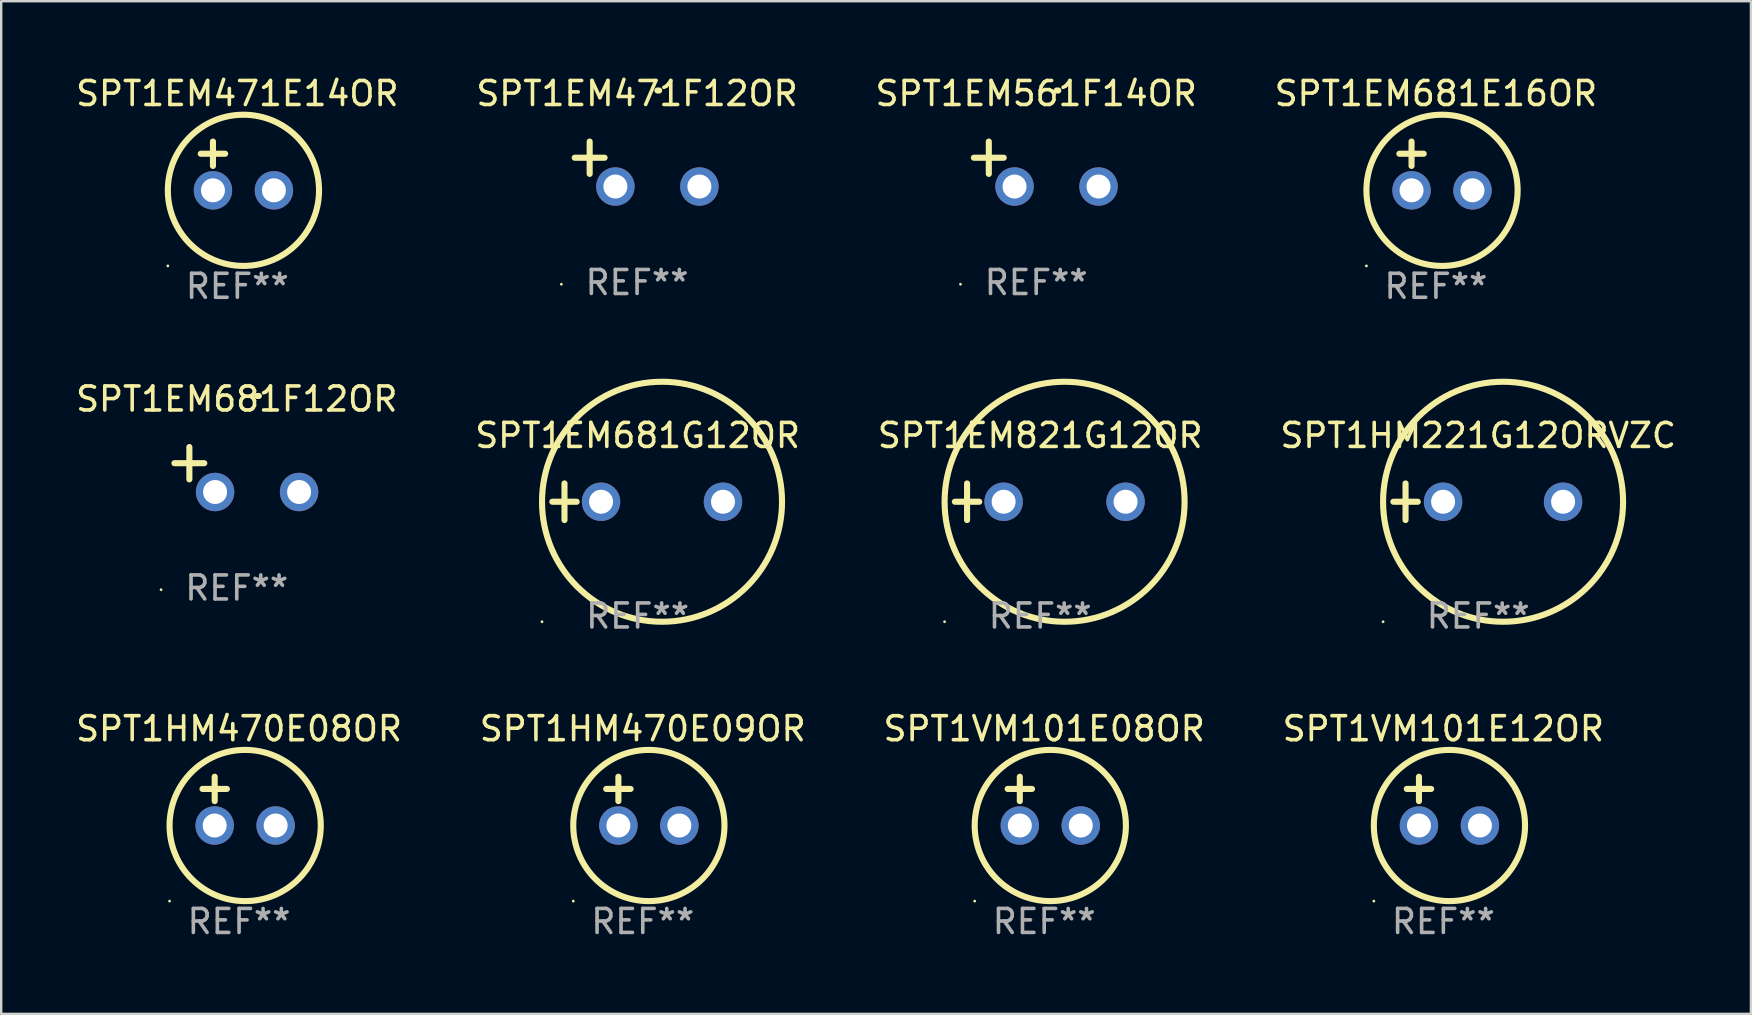
<source format=kicad_pcb>
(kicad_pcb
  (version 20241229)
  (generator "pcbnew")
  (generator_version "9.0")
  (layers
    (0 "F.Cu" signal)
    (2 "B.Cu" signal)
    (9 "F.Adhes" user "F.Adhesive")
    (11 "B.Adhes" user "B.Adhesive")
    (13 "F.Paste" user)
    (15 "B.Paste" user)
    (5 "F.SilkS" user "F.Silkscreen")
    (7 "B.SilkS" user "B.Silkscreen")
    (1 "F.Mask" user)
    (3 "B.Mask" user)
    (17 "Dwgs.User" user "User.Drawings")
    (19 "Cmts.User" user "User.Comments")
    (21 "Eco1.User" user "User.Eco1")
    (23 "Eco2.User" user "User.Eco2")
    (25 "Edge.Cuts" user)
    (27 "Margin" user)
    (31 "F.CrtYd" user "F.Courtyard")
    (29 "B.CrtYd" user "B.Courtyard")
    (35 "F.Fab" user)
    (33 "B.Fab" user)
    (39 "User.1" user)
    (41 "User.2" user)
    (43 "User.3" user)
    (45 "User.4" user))
  (footprint "SPT1VM101E12OR"
    (layer "F.Cu")
    (at 57.089 30.33)
    (property "Reference" "SPT1VM101E12OR" (at 0 -3.016 0) (layer "F.SilkS") (effects (font (size 1 1) (thickness 0.15))))
    (attr through_hole)
    (fp_line (start -1.524 -0.508) (end -0.508 -0.508) (stroke (width 0.254) (type solid)) (layer "F.SilkS"))
    (fp_line (start -1.016 -1.016) (end -1.016 0) (stroke (width 0.254) (type solid)) (layer "F.SilkS"))
    (fp_circle (center -2.896 4.166) (end -2.866 4.166) (stroke (width 0.06) (type solid)) (fill no) (layer "F.SilkS"))
    (fp_circle (center 0.254 1.016) (end 3.404 1.016) (stroke (width 0.254) (type solid)) (fill no) (layer "F.SilkS"))
    (fp_text user "REF**" (at 0 5.016 0) (layer "F.Fab") (effects (font (size 1 1) (thickness 0.15))))
    (pad "1" thru_hole circle (at -1.016 1.016) (size 1.6 1.6) (drill 1) (layers "*.Cu" "*.Mask"))
    (pad "2" thru_hole circle (at 1.524 1.016) (size 1.6 1.6) (drill 1) (layers "*.Cu" "*.Mask")))
  (footprint "SPT1EM681F12OR"
    (layer "F.Cu")
    (at 6.815 16.513)
    (property "Reference" "SPT1EM681F12OR" (at 0 -2.937 0) (layer "F.SilkS") (effects (font (size 1 1) (thickness 0.15))))
    (attr through_hole)
    (fp_line (start -1.975 0.41) (end -1.975 -0.937) (stroke (width 0.254) (type solid)) (layer "F.SilkS"))
    (fp_line (start -1.353 -0.263) (end -2.597 -0.263) (stroke (width 0.254) (type solid)) (layer "F.SilkS"))
    (fp_arc (start 0.849809 -3.063957) (mid 0.885369 -3.064114) (end 0.920929 -3.063957) (stroke (width 0.254001) (type solid)) (layer "F.SilkS"))
    (fp_circle (center -3.154 5.008) (end -3.124 5.008) (stroke (width 0.06) (type solid)) (fill no) (layer "F.SilkS"))
    (fp_text user "REF**" (at 0 4.937 0) (layer "F.Fab") (effects (font (size 1 1) (thickness 0.15))))
    (pad "1" thru_hole circle (at -0.903 0.937) (size 1.6 1.6) (drill 1) (layers "*.Cu" "*.Mask"))
    (pad "2" thru_hole circle (at 2.597 0.937) (size 1.6 1.6) (drill 1) (layers "*.Cu" "*.Mask")))
  (footprint "SPT1VM101E08OR"
    (layer "F.Cu")
    (at 40.458 30.33)
    (property "Reference" "SPT1VM101E08OR" (at 0 -3.016 0) (layer "F.SilkS") (effects (font (size 1 1) (thickness 0.15))))
    (attr through_hole)
    (fp_line (start -1.524 -0.508) (end -0.508 -0.508) (stroke (width 0.254) (type solid)) (layer "F.SilkS"))
    (fp_line (start -1.016 -1.016) (end -1.016 0) (stroke (width 0.254) (type solid)) (layer "F.SilkS"))
    (fp_circle (center -2.896 4.166) (end -2.866 4.166) (stroke (width 0.06) (type solid)) (fill no) (layer "F.SilkS"))
    (fp_circle (center 0.254 1.016) (end 3.404 1.016) (stroke (width 0.254) (type solid)) (fill no) (layer "F.SilkS"))
    (fp_text user "REF**" (at 0 5.016 0) (layer "F.Fab") (effects (font (size 1 1) (thickness 0.15))))
    (pad "1" thru_hole circle (at -1.016 1.016) (size 1.6 1.6) (drill 1) (layers "*.Cu" "*.Mask"))
    (pad "2" thru_hole circle (at 1.524 1.016) (size 1.6 1.6) (drill 1) (layers "*.Cu" "*.Mask")))
  (footprint "SPT1EM681E16OR"
    (layer "F.Cu")
    (at 56.78 3.864)
    (property "Reference" "SPT1EM681E16OR" (at 0 -3.016 0) (layer "F.SilkS") (effects (font (size 1 1) (thickness 0.15))))
    (attr through_hole)
    (fp_line (start -1.524 -0.508) (end -0.508 -0.508) (stroke (width 0.254) (type solid)) (layer "F.SilkS"))
    (fp_line (start -1.016 -1.016) (end -1.016 0) (stroke (width 0.254) (type solid)) (layer "F.SilkS"))
    (fp_circle (center -2.896 4.166) (end -2.866 4.166) (stroke (width 0.06) (type solid)) (fill no) (layer "F.SilkS"))
    (fp_circle (center 0.254 1.016) (end 3.404 1.016) (stroke (width 0.254) (type solid)) (fill no) (layer "F.SilkS"))
    (fp_text user "REF**" (at 0 5.016 0) (layer "F.Fab") (effects (font (size 1 1) (thickness 0.15))))
    (pad "1" thru_hole circle (at -1.016 1.016) (size 1.6 1.6) (drill 1) (layers "*.Cu" "*.Mask"))
    (pad "2" thru_hole circle (at 1.524 1.016) (size 1.6 1.6) (drill 1) (layers "*.Cu" "*.Mask")))
  (footprint "SPT1HM221G12ORVZC"
    (layer "F.Cu")
    (at 58.542 17.856)
    (property "Reference" "SPT1HM221G12ORVZC" (at 0 -2.762 0) (layer "F.SilkS") (effects (font (size 1 1) (thickness 0.15))))
    (attr through_hole)
    (fp_line (start -3.536 0) (end -2.52 0) (stroke (width 0.254) (type solid)) (layer "F.SilkS"))
    (fp_line (start -3.028 -0.762) (end -3.028 0.762) (stroke (width 0.254) (type solid)) (layer "F.SilkS"))
    (fp_circle (center -3.964 5) (end -3.934 5) (stroke (width 0.06) (type solid)) (fill no) (layer "F.SilkS"))
    (fp_circle (center 1.036 0) (end 6.036 0) (stroke (width 0.254) (type solid)) (fill no) (layer "F.SilkS"))
    (fp_text user "REF**" (at 0 4.762 0) (layer "F.Fab") (effects (font (size 1 1) (thickness 0.15))))
    (pad "1" thru_hole circle (at -1.464 0) (size 1.6 1.6) (drill 1) (layers "*.Cu" "*.Mask"))
    (pad "2" thru_hole circle (at 3.536 0) (size 1.6 1.6) (drill 1) (layers "*.Cu" "*.Mask")))
  (footprint "SPT1EM561F14OR"
    (layer "F.Cu")
    (at 40.125 3.785)
    (property "Reference" "SPT1EM561F14OR" (at 0 -2.937 0) (layer "F.SilkS") (effects (font (size 1 1) (thickness 0.15))))
    (attr through_hole)
    (fp_line (start -1.975 0.41) (end -1.975 -0.937) (stroke (width 0.254) (type solid)) (layer "F.SilkS"))
    (fp_line (start -1.353 -0.263) (end -2.597 -0.263) (stroke (width 0.254) (type solid)) (layer "F.SilkS"))
    (fp_arc (start 0.849809 -3.063957) (mid 0.885369 -3.064114) (end 0.920929 -3.063957) (stroke (width 0.254001) (type solid)) (layer "F.SilkS"))
    (fp_circle (center -3.154 5.008) (end -3.124 5.008) (stroke (width 0.06) (type solid)) (fill no) (layer "F.SilkS"))
    (fp_text user "REF**" (at 0 4.937 0) (layer "F.Fab") (effects (font (size 1 1) (thickness 0.15))))
    (pad "1" thru_hole circle (at -0.903 0.937) (size 1.6 1.6) (drill 1) (layers "*.Cu" "*.Mask"))
    (pad "2" thru_hole circle (at 2.597 0.937) (size 1.6 1.6) (drill 1) (layers "*.Cu" "*.Mask")))
  (footprint "SPT1EM471F12OR"
    (layer "F.Cu")
    (at 23.494 3.785)
    (property "Reference" "SPT1EM471F12OR" (at 0 -2.937 0) (layer "F.SilkS") (effects (font (size 1 1) (thickness 0.15))))
    (attr through_hole)
    (fp_line (start -1.975 0.41) (end -1.975 -0.937) (stroke (width 0.254) (type solid)) (layer "F.SilkS"))
    (fp_line (start -1.353 -0.263) (end -2.597 -0.263) (stroke (width 0.254) (type solid)) (layer "F.SilkS"))
    (fp_arc (start 0.849809 -3.063957) (mid 0.885369 -3.064114) (end 0.920929 -3.063957) (stroke (width 0.254001) (type solid)) (layer "F.SilkS"))
    (fp_circle (center -3.154 5.008) (end -3.124 5.008) (stroke (width 0.06) (type solid)) (fill no) (layer "F.SilkS"))
    (fp_text user "REF**" (at 0 4.937 0) (layer "F.Fab") (effects (font (size 1 1) (thickness 0.15))))
    (pad "1" thru_hole circle (at -0.903 0.937) (size 1.6 1.6) (drill 1) (layers "*.Cu" "*.Mask"))
    (pad "2" thru_hole circle (at 2.597 0.937) (size 1.6 1.6) (drill 1) (layers "*.Cu" "*.Mask")))
  (footprint "SPT1EM821G12OR"
    (layer "F.Cu")
    (at 40.292 17.856)
    (property "Reference" "SPT1EM821G12OR" (at 0 -2.762 0) (layer "F.SilkS") (effects (font (size 1 1) (thickness 0.15))))
    (attr through_hole)
    (fp_line (start -3.556 0) (end -2.54 0) (stroke (width 0.254) (type solid)) (layer "F.SilkS"))
    (fp_line (start -3.048 -0.762) (end -3.048 0.762) (stroke (width 0.254) (type solid)) (layer "F.SilkS"))
    (fp_circle (center -3.984 5) (end -3.954 5) (stroke (width 0.06) (type solid)) (fill no) (layer "F.SilkS"))
    (fp_circle (center 1.016 0) (end 6.016 0) (stroke (width 0.254) (type solid)) (fill no) (layer "F.SilkS"))
    (fp_text user "REF**" (at 0 4.762 0) (layer "F.Fab") (effects (font (size 1 1) (thickness 0.15))))
    (pad "1" thru_hole circle (at -1.524 0) (size 1.6 1.6) (drill 1) (layers "*.Cu" "*.Mask"))
    (pad "2" thru_hole circle (at 3.556 0) (size 1.6 1.6) (drill 1) (layers "*.Cu" "*.Mask")))
  (footprint "SPT1EM471E14OR"
    (layer "F.Cu")
    (at 6.839 3.864)
    (property "Reference" "SPT1EM471E14OR" (at 0 -3.016 0) (layer "F.SilkS") (effects (font (size 1 1) (thickness 0.15))))
    (attr through_hole)
    (fp_line (start -1.524 -0.508) (end -0.508 -0.508) (stroke (width 0.254) (type solid)) (layer "F.SilkS"))
    (fp_line (start -1.016 -1.016) (end -1.016 0) (stroke (width 0.254) (type solid)) (layer "F.SilkS"))
    (fp_circle (center -2.896 4.166) (end -2.866 4.166) (stroke (width 0.06) (type solid)) (fill no) (layer "F.SilkS"))
    (fp_circle (center 0.254 1.016) (end 3.404 1.016) (stroke (width 0.254) (type solid)) (fill no) (layer "F.SilkS"))
    (fp_text user "REF**" (at 0 5.016 0) (layer "F.Fab") (effects (font (size 1 1) (thickness 0.15))))
    (pad "1" thru_hole circle (at -1.016 1.016) (size 1.6 1.6) (drill 1) (layers "*.Cu" "*.Mask"))
    (pad "2" thru_hole circle (at 1.524 1.016) (size 1.6 1.6) (drill 1) (layers "*.Cu" "*.Mask")))
  (footprint "SPT1EM681G12OR"
    (layer "F.Cu")
    (at 23.518 17.856)
    (property "Reference" "SPT1EM681G12OR" (at 0 -2.762 0) (layer "F.SilkS") (effects (font (size 1 1) (thickness 0.15))))
    (attr through_hole)
    (fp_line (start -3.556 0) (end -2.54 0) (stroke (width 0.254) (type solid)) (layer "F.SilkS"))
    (fp_line (start -3.048 -0.762) (end -3.048 0.762) (stroke (width 0.254) (type solid)) (layer "F.SilkS"))
    (fp_circle (center -3.984 5) (end -3.954 5) (stroke (width 0.06) (type solid)) (fill no) (layer "F.SilkS"))
    (fp_circle (center 1.016 0) (end 6.016 0) (stroke (width 0.254) (type solid)) (fill no) (layer "F.SilkS"))
    (fp_text user "REF**" (at 0 4.762 0) (layer "F.Fab") (effects (font (size 1 1) (thickness 0.15))))
    (pad "1" thru_hole circle (at -1.524 0) (size 1.6 1.6) (drill 1) (layers "*.Cu" "*.Mask"))
    (pad "2" thru_hole circle (at 3.556 0) (size 1.6 1.6) (drill 1) (layers "*.Cu" "*.Mask")))
  (footprint "SPT1HM470E09OR"
    (layer "F.Cu")
    (at 23.732 30.33)
    (property "Reference" "SPT1HM470E09OR" (at 0 -3.016 0) (layer "F.SilkS") (effects (font (size 1 1) (thickness 0.15))))
    (attr through_hole)
    (fp_line (start -1.524 -0.508) (end -0.508 -0.508) (stroke (width 0.254) (type solid)) (layer "F.SilkS"))
    (fp_line (start -1.016 -1.016) (end -1.016 0) (stroke (width 0.254) (type solid)) (layer "F.SilkS"))
    (fp_circle (center -2.896 4.166) (end -2.866 4.166) (stroke (width 0.06) (type solid)) (fill no) (layer "F.SilkS"))
    (fp_circle (center 0.254 1.016) (end 3.404 1.016) (stroke (width 0.254) (type solid)) (fill no) (layer "F.SilkS"))
    (fp_text user "REF**" (at 0 5.016 0) (layer "F.Fab") (effects (font (size 1 1) (thickness 0.15))))
    (pad "1" thru_hole circle (at -1.016 1.016) (size 1.6 1.6) (drill 1) (layers "*.Cu" "*.Mask"))
    (pad "2" thru_hole circle (at 1.524 1.016) (size 1.6 1.6) (drill 1) (layers "*.Cu" "*.Mask")))
  (footprint "SPT1HM470E08OR"
    (layer "F.Cu")
    (at 6.911 30.33)
    (property "Reference" "SPT1HM470E08OR" (at 0 -3.016 0) (layer "F.SilkS") (effects (font (size 1 1) (thickness 0.15))))
    (attr through_hole)
    (fp_line (start -1.524 -0.508) (end -0.508 -0.508) (stroke (width 0.254) (type solid)) (layer "F.SilkS"))
    (fp_line (start -1.016 -1.016) (end -1.016 0) (stroke (width 0.254) (type solid)) (layer "F.SilkS"))
    (fp_circle (center -2.896 4.166) (end -2.866 4.166) (stroke (width 0.06) (type solid)) (fill no) (layer "F.SilkS"))
    (fp_circle (center 0.254 1.016) (end 3.404 1.016) (stroke (width 0.254) (type solid)) (fill no) (layer "F.SilkS"))
    (fp_text user "REF**" (at 0 5.016 0) (layer "F.Fab") (effects (font (size 1 1) (thickness 0.15))))
    (pad "1" thru_hole circle (at -1.016 1.016) (size 1.6 1.6) (drill 1) (layers "*.Cu" "*.Mask"))
    (pad "2" thru_hole circle (at 1.524 1.016) (size 1.6 1.6) (drill 1) (layers "*.Cu" "*.Mask")))
  (gr_rect
    (start -3 -3)
    (end 69.905 39.194)
    (stroke (width 0.1) (type default))
    (fill no)
    (layer "Edge.Cuts")))
</source>
